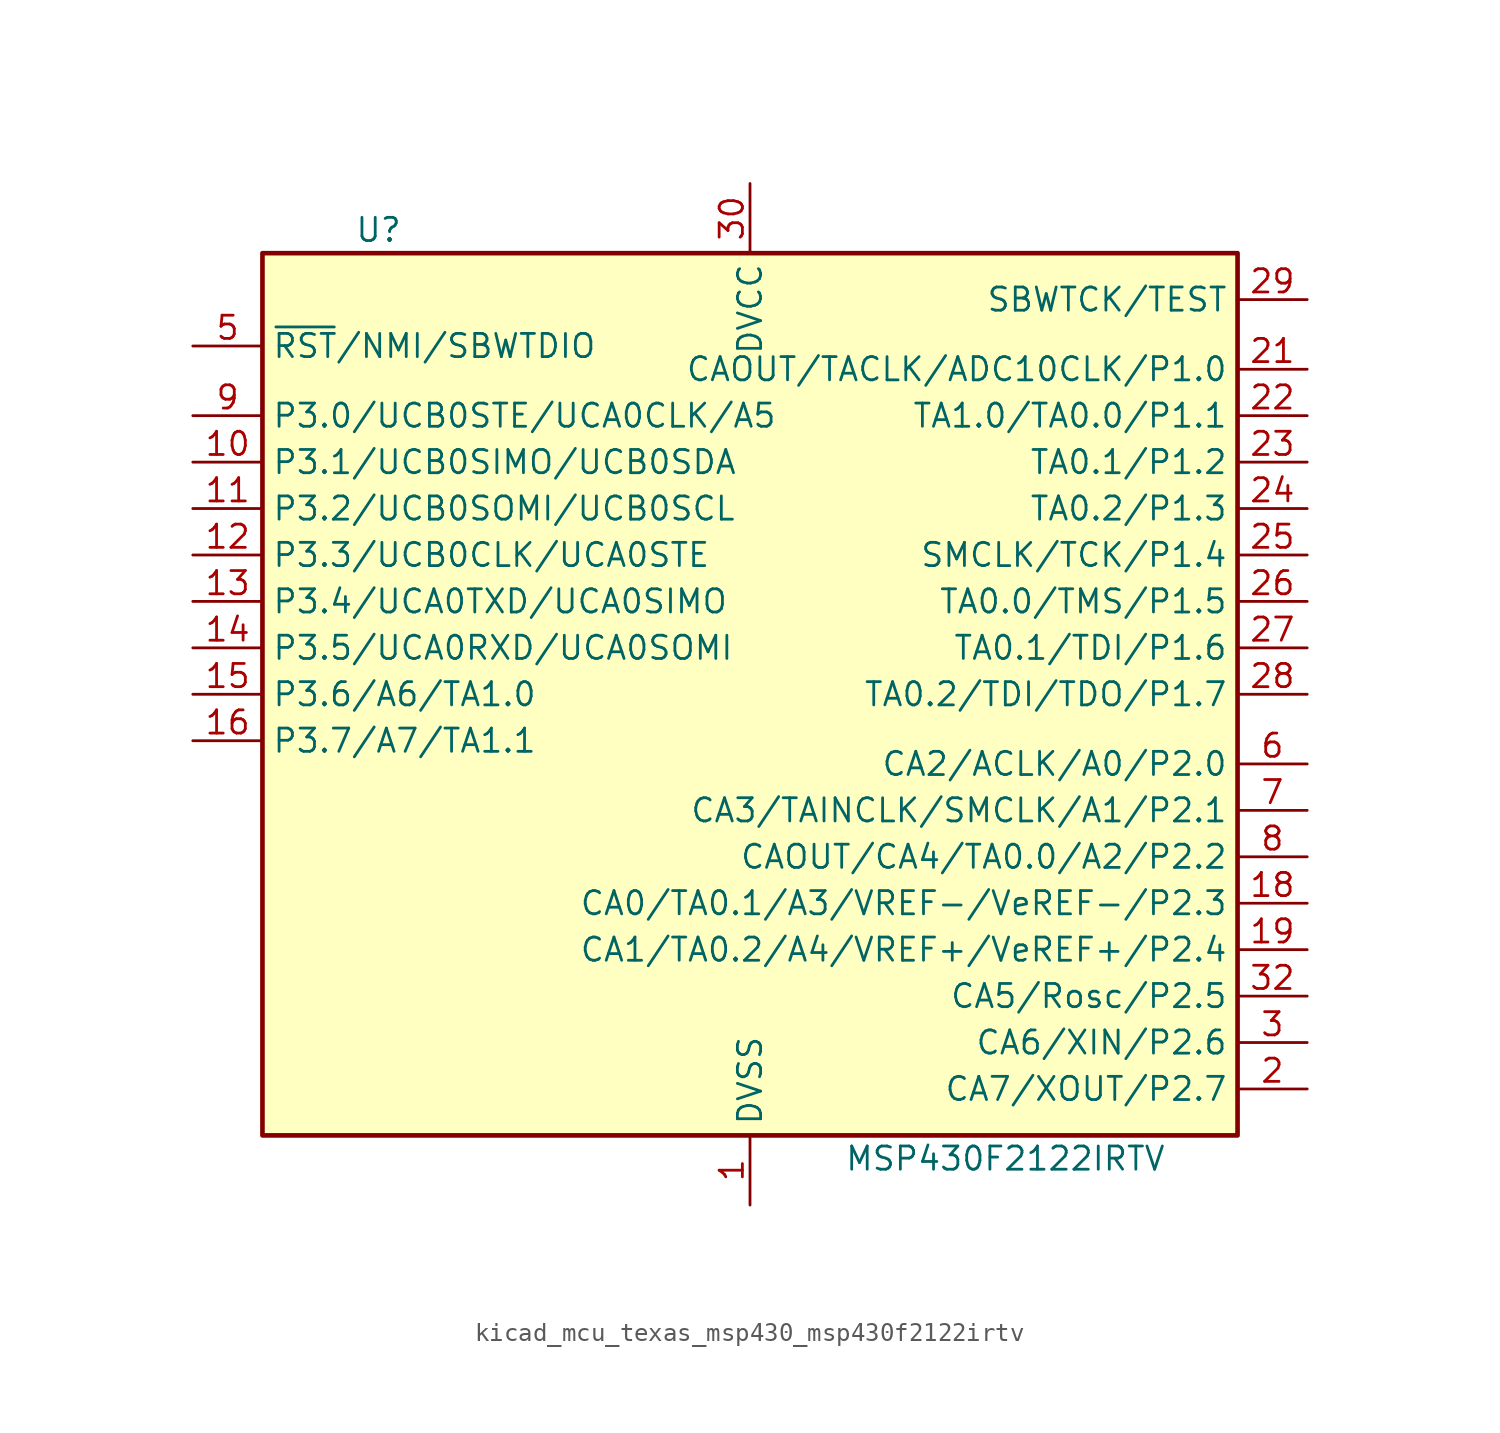
<source format=kicad_sym>
(kicad_symbol_lib
  (version 20220914)
  (generator kicad_symbol_editor)
  (symbol "kicad_mcu_texas_msp430_msp430f2122irtv"
    (property "Reference" "U"
      (at -20.32 25.4 0)
      (effects (font (size 1.27 1.27))))
    (property "Value" "MSP430F2122IRTV"
      (at 13.97 -25.4 0)
      (effects (font (size 1.27 1.27))))
    (symbol "kicad_mcu_texas_msp430_msp430f2122irtv_0_1"
      (rectangle (start -26.67 24.13) (end 26.67 -24.13) (stroke (width 0.254) (type default)) (fill (type background))))
    (symbol "kicad_mcu_texas_msp430_msp430f2122irtv_1_1"
      (pin power_in line (at 0 -27.94 90) (length 3.81) (name "DVSS" (effects (font (size 1.27 1.27)))) (number "1" (effects (font (size 1.27 1.27)))))
      (pin bidirectional line (at -30.48 12.7 0) (length 3.81) (name "P3.1/UCB0SIMO/UCB0SDA" (effects (font (size 1.27 1.27)))) (number "10" (effects (font (size 1.27 1.27)))))
      (pin bidirectional line (at -30.48 10.16 0) (length 3.81) (name "P3.2/UCB0SOMI/UCB0SCL" (effects (font (size 1.27 1.27)))) (number "11" (effects (font (size 1.27 1.27)))))
      (pin bidirectional line (at -30.48 7.62 0) (length 3.81) (name "P3.3/UCB0CLK/UCA0STE" (effects (font (size 1.27 1.27)))) (number "12" (effects (font (size 1.27 1.27)))))
      (pin bidirectional line (at -30.48 5.08 0) (length 3.81) (name "P3.4/UCA0TXD/UCA0SIMO" (effects (font (size 1.27 1.27)))) (number "13" (effects (font (size 1.27 1.27)))))
      (pin bidirectional line (at -30.48 2.54 0) (length 3.81) (name "P3.5/UCA0RXD/UCA0SOMI" (effects (font (size 1.27 1.27)))) (number "14" (effects (font (size 1.27 1.27)))))
      (pin bidirectional line (at -30.48 0 0) (length 3.81) (name "P3.6/A6/TA1.0" (effects (font (size 1.27 1.27)))) (number "15" (effects (font (size 1.27 1.27)))))
      (pin bidirectional line (at -30.48 -2.54 0) (length 3.81) (name "P3.7/A7/TA1.1" (effects (font (size 1.27 1.27)))) (number "16" (effects (font (size 1.27 1.27)))))
      (pin bidirectional line (at 30.48 -11.43 180) (length 3.81) (name "CA0/TA0.1/A3/VREF-/VeREF-/P2.3" (effects (font (size 1.27 1.27)))) (number "18" (effects (font (size 1.27 1.27)))))
      (pin bidirectional line (at 30.48 -13.97 180) (length 3.81) (name "CA1/TA0.2/A4/VREF+/VeREF+/P2.4" (effects (font (size 1.27 1.27)))) (number "19" (effects (font (size 1.27 1.27)))))
      (pin bidirectional line (at 30.48 -21.59 180) (length 3.81) (name "CA7/XOUT/P2.7" (effects (font (size 1.27 1.27)))) (number "2" (effects (font (size 1.27 1.27)))))
      (pin bidirectional line (at 30.48 17.78 180) (length 3.81) (name "CAOUT/TACLK/ADC10CLK/P1.0" (effects (font (size 1.27 1.27)))) (number "21" (effects (font (size 1.27 1.27)))))
      (pin bidirectional line (at 30.48 15.24 180) (length 3.81) (name "TA1.0/TA0.0/P1.1" (effects (font (size 1.27 1.27)))) (number "22" (effects (font (size 1.27 1.27)))))
      (pin bidirectional line (at 30.48 12.7 180) (length 3.81) (name "TA0.1/P1.2" (effects (font (size 1.27 1.27)))) (number "23" (effects (font (size 1.27 1.27)))))
      (pin bidirectional line (at 30.48 10.16 180) (length 3.81) (name "TA0.2/P1.3" (effects (font (size 1.27 1.27)))) (number "24" (effects (font (size 1.27 1.27)))))
      (pin bidirectional line (at 30.48 7.62 180) (length 3.81) (name "SMCLK/TCK/P1.4" (effects (font (size 1.27 1.27)))) (number "25" (effects (font (size 1.27 1.27)))))
      (pin bidirectional line (at 30.48 5.08 180) (length 3.81) (name "TA0.0/TMS/P1.5" (effects (font (size 1.27 1.27)))) (number "26" (effects (font (size 1.27 1.27)))))
      (pin bidirectional line (at 30.48 2.54 180) (length 3.81) (name "TA0.1/TDI/P1.6" (effects (font (size 1.27 1.27)))) (number "27" (effects (font (size 1.27 1.27)))))
      (pin bidirectional line (at 30.48 0 180) (length 3.81) (name "TA0.2/TDI/TDO/P1.7" (effects (font (size 1.27 1.27)))) (number "28" (effects (font (size 1.27 1.27)))))
      (pin input line (at 30.48 21.59 180) (length 3.81) (name "SBWTCK/TEST" (effects (font (size 1.27 1.27)))) (number "29" (effects (font (size 1.27 1.27)))))
      (pin bidirectional line (at 30.48 -19.05 180) (length 3.81) (name "CA6/XIN/P2.6" (effects (font (size 1.27 1.27)))) (number "3" (effects (font (size 1.27 1.27)))))
      (pin power_in line (at 0 27.94 270) (length 3.81) (name "DVCC" (effects (font (size 1.27 1.27)))) (number "30" (effects (font (size 1.27 1.27)))))
      (pin bidirectional line (at 30.48 -16.51 180) (length 3.81) (name "CA5/Rosc/P2.5" (effects (font (size 1.27 1.27)))) (number "32" (effects (font (size 1.27 1.27)))))
      (pin bidirectional line (at -30.48 19.05 0) (length 3.81) (name "~{RST}/NMI/SBWTDIO" (effects (font (size 1.27 1.27)))) (number "5" (effects (font (size 1.27 1.27)))))
      (pin bidirectional line (at 30.48 -3.81 180) (length 3.81) (name "CA2/ACLK/A0/P2.0" (effects (font (size 1.27 1.27)))) (number "6" (effects (font (size 1.27 1.27)))))
      (pin bidirectional line (at 30.48 -6.35 180) (length 3.81) (name "CA3/TAINCLK/SMCLK/A1/P2.1" (effects (font (size 1.27 1.27)))) (number "7" (effects (font (size 1.27 1.27)))))
      (pin bidirectional line (at 30.48 -8.89 180) (length 3.81) (name "CAOUT/CA4/TA0.0/A2/P2.2" (effects (font (size 1.27 1.27)))) (number "8" (effects (font (size 1.27 1.27)))))
      (pin bidirectional line (at -30.48 15.24 0) (length 3.81) (name "P3.0/UCB0STE/UCA0CLK/A5" (effects (font (size 1.27 1.27)))) (number "9" (effects (font (size 1.27 1.27))))))))
</source>
